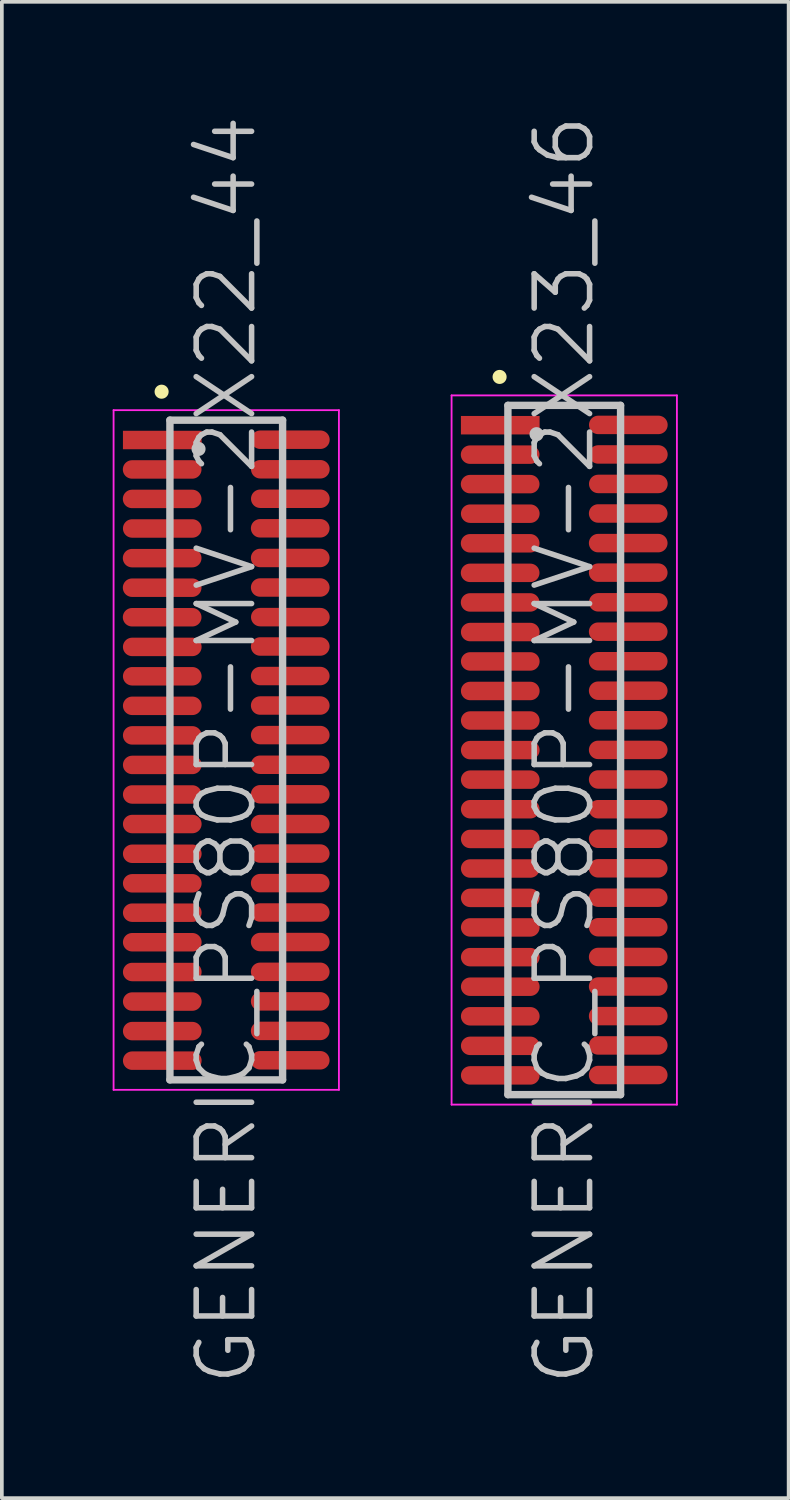
<source format=kicad_pcb>
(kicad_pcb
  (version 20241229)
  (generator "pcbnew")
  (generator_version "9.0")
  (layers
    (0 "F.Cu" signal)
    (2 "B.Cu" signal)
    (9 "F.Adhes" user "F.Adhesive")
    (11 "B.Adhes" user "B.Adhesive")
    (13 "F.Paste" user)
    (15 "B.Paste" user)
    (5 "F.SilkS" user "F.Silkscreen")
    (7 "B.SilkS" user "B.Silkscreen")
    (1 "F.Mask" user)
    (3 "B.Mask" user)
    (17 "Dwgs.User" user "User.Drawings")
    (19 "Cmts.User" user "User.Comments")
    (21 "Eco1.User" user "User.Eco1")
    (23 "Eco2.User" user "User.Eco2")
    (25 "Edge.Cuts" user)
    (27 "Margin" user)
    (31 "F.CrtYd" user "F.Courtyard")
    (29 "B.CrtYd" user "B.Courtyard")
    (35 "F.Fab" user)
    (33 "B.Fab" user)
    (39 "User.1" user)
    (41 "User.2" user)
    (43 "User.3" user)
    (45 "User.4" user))
  (footprint "GENERIC_PS80P-MV-2X23_46"
    (layer "F.Cu")
    (at 12.225 17.254)
    (property "Reference" "GENERIC_PS80P-MV-2X23_46" (at 0 0 90) (layer "Dwgs.User") (effects (font (size 1.5 1.5) (thickness 0.15))))
    (attr smd)
    (fp_line (start -1.75 -10.1) (end -1.75 -10.1) (stroke (width 0.381) (type solid)) (layer "F.SilkS"))
    (fp_line (start -1.525 -9.33) (end -1.525 9.33) (stroke (width 0.2) (type solid)) (layer "Dwgs.User"))
    (fp_line (start -1.525 -9.33) (end 1.525 -9.33) (stroke (width 0.2) (type solid)) (layer "Dwgs.User"))
    (fp_line (start -1.525 9.33) (end 1.525 9.33) (stroke (width 0.2) (type solid)) (layer "Dwgs.User"))
    (fp_line (start -0.75 -8.55) (end -0.75 -8.55) (stroke (width 0.381) (type solid)) (layer "Dwgs.User"))
    (fp_line (start 1.525 -9.33) (end 1.525 9.33) (stroke (width 0.2) (type solid)) (layer "Dwgs.User"))
    (fp_line (start -3.05 -9.6) (end -3.05 9.6) (stroke (width 0.05) (type solid)) (layer "F.CrtYd"))
    (fp_line (start -3.05 -9.6) (end 3.05 -9.6) (stroke (width 0.05) (type solid)) (layer "F.CrtYd"))
    (fp_line (start -3.05 9.6) (end 3.05 9.6) (stroke (width 0.05) (type solid)) (layer "F.CrtYd"))
    (fp_line (start 3.05 -9.6) (end 3.05 9.6) (stroke (width 0.05) (type solid)) (layer "F.CrtYd"))
    (pad "1" smd rect (at -1.732 -8.793 270) (size 0.5 2.13) (layers "F.Cu" "F.Mask" "F.Paste"))
    (pad "2" smd oval (at 1.735 -8.801 270) (size 0.5 2.13) (layers "F.Cu" "F.Mask" "F.Paste"))
    (pad "3" smd oval (at -1.735 -7.996 270) (size 0.5 2.13) (layers "F.Cu" "F.Mask" "F.Paste"))
    (pad "4" smd oval (at 1.735 -8.001 270) (size 0.5 2.13) (layers "F.Cu" "F.Mask" "F.Paste"))
    (pad "5" smd oval (at -1.735 -7.198 270) (size 0.5 2.13) (layers "F.Cu" "F.Mask" "F.Paste"))
    (pad "6" smd oval (at 1.735 -7.203 270) (size 0.5 2.13) (layers "F.Cu" "F.Mask" "F.Paste"))
    (pad "7" smd oval (at -1.732 -6.398 270) (size 0.5 2.13) (layers "F.Cu" "F.Mask" "F.Paste"))
    (pad "8" smd oval (at 1.732 -6.403 270) (size 0.5 2.13) (layers "F.Cu" "F.Mask" "F.Paste"))
    (pad "9" smd oval (at -1.735 -5.596 270) (size 0.5 2.13) (layers "F.Cu" "F.Mask" "F.Paste"))
    (pad "10" smd oval (at 1.732 -5.601 270) (size 0.5 2.13) (layers "F.Cu" "F.Mask" "F.Paste"))
    (pad "11" smd oval (at -1.735 -4.796 270) (size 0.5 2.13) (layers "F.Cu" "F.Mask" "F.Paste"))
    (pad "12" smd oval (at 1.732 -4.801 270) (size 0.5 2.13) (layers "F.Cu" "F.Mask" "F.Paste"))
    (pad "13" smd oval (at -1.735 -3.995 270) (size 0.5 2.13) (layers "F.Cu" "F.Mask" "F.Paste"))
    (pad "14" smd oval (at 1.735 -3.998 270) (size 0.5 2.13) (layers "F.Cu" "F.Mask" "F.Paste"))
    (pad "15" smd oval (at -1.732 -3.193 270) (size 0.5 2.13) (layers "F.Cu" "F.Mask" "F.Paste"))
    (pad "16" smd oval (at 1.732 -3.203 270) (size 0.5 2.13) (layers "F.Cu" "F.Mask" "F.Paste"))
    (pad "17" smd oval (at -1.732 -2.398 270) (size 0.5 2.13) (layers "F.Cu" "F.Mask" "F.Paste"))
    (pad "18" smd oval (at 1.732 -2.403 270) (size 0.5 2.13) (layers "F.Cu" "F.Mask" "F.Paste"))
    (pad "19" smd oval (at -1.732 -1.598 270) (size 0.5 2.13) (layers "F.Cu" "F.Mask" "F.Paste"))
    (pad "20" smd oval (at 1.732 -1.605 270) (size 0.5 2.13) (layers "F.Cu" "F.Mask" "F.Paste"))
    (pad "21" smd oval (at -1.732 -0.798 270) (size 0.5 2.13) (layers "F.Cu" "F.Mask" "F.Paste"))
    (pad "22" smd oval (at 1.732 -0.805 270) (size 0.5 2.13) (layers "F.Cu" "F.Mask" "F.Paste"))
    (pad "23" smd oval (at -1.732 0.003 270) (size 0.5 2.13) (layers "F.Cu" "F.Mask" "F.Paste"))
    (pad "24" smd oval (at 1.732 -0.003 270) (size 0.5 2.13) (layers "F.Cu" "F.Mask" "F.Paste"))
    (pad "25" smd oval (at -1.732 0.803 270) (size 0.5 2.13) (layers "F.Cu" "F.Mask" "F.Paste"))
    (pad "26" smd oval (at 1.732 0.798 270) (size 0.5 2.13) (layers "F.Cu" "F.Mask" "F.Paste"))
    (pad "27" smd oval (at -1.732 1.603 270) (size 0.5 2.13) (layers "F.Cu" "F.Mask" "F.Paste"))
    (pad "28" smd oval (at 1.732 1.603 270) (size 0.5 2.13) (layers "F.Cu" "F.Mask" "F.Paste"))
    (pad "29" smd oval (at -1.732 2.408 270) (size 0.5 2.13) (layers "F.Cu" "F.Mask" "F.Paste"))
    (pad "30" smd oval (at 1.732 2.403 270) (size 0.5 2.13) (layers "F.Cu" "F.Mask" "F.Paste"))
    (pad "31" smd oval (at -1.732 3.208 270) (size 0.5 2.13) (layers "F.Cu" "F.Mask" "F.Paste"))
    (pad "32" smd oval (at 1.732 3.203 270) (size 0.5 2.13) (layers "F.Cu" "F.Mask" "F.Paste"))
    (pad "33" smd oval (at -1.732 4.003 270) (size 0.5 2.13) (layers "F.Cu" "F.Mask" "F.Paste"))
    (pad "34" smd oval (at 1.732 3.998 270) (size 0.5 2.13) (layers "F.Cu" "F.Mask" "F.Paste"))
    (pad "35" smd oval (at -1.732 4.803 270) (size 0.5 2.13) (layers "F.Cu" "F.Mask" "F.Paste"))
    (pad "36" smd oval (at 1.732 4.798 270) (size 0.5 2.13) (layers "F.Cu" "F.Mask" "F.Paste"))
    (pad "37" smd oval (at -1.732 5.608 270) (size 0.5 2.13) (layers "F.Cu" "F.Mask" "F.Paste"))
    (pad "38" smd oval (at 1.732 5.603 270) (size 0.5 2.13) (layers "F.Cu" "F.Mask" "F.Paste"))
    (pad "39" smd oval (at -1.732 6.408 270) (size 0.5 2.13) (layers "F.Cu" "F.Mask" "F.Paste"))
    (pad "40" smd oval (at 1.732 6.403 270) (size 0.5 2.13) (layers "F.Cu" "F.Mask" "F.Paste"))
    (pad "41" smd oval (at -1.732 7.209 270) (size 0.5 2.13) (layers "F.Cu" "F.Mask" "F.Paste"))
    (pad "42" smd oval (at 1.732 7.203 270) (size 0.5 2.13) (layers "F.Cu" "F.Mask" "F.Paste"))
    (pad "43" smd oval (at -1.732 8.009 270) (size 0.5 2.13) (layers "F.Cu" "F.Mask" "F.Paste"))
    (pad "44" smd oval (at 1.732 7.998 270) (size 0.5 2.13) (layers "F.Cu" "F.Mask" "F.Paste"))
    (pad "45" smd oval (at -1.732 8.809 270) (size 0.5 2.13) (layers "F.Cu" "F.Mask" "F.Paste"))
    (pad "46" smd oval (at 1.732 8.799 270) (size 0.5 2.13) (layers "F.Cu" "F.Mask" "F.Paste")))
  (footprint "GENERIC_PS80P-MV-2X22_44"
    (layer "F.Cu")
    (at 3.075 17.254)
    (property "Reference" "GENERIC_PS80P-MV-2X22_44" (at 0 0 90) (layer "Dwgs.User") (effects (font (size 1.5 1.5) (thickness 0.15))))
    (attr smd)
    (fp_line (start -1.75 -9.7) (end -1.75 -9.7) (stroke (width 0.381) (type solid)) (layer "F.SilkS"))
    (fp_line (start -1.525 -8.93) (end -1.525 8.93) (stroke (width 0.2) (type solid)) (layer "Dwgs.User"))
    (fp_line (start -1.525 -8.93) (end 1.525 -8.93) (stroke (width 0.2) (type solid)) (layer "Dwgs.User"))
    (fp_line (start -1.525 8.93) (end 1.525 8.93) (stroke (width 0.2) (type solid)) (layer "Dwgs.User"))
    (fp_line (start -0.75 -8.15) (end -0.75 -8.15) (stroke (width 0.381) (type solid)) (layer "Dwgs.User"))
    (fp_line (start 1.525 -8.93) (end 1.525 8.93) (stroke (width 0.2) (type solid)) (layer "Dwgs.User"))
    (fp_line (start -3.05 -9.2) (end -3.05 9.2) (stroke (width 0.05) (type solid)) (layer "F.CrtYd"))
    (fp_line (start -3.05 -9.2) (end 3.05 -9.2) (stroke (width 0.05) (type solid)) (layer "F.CrtYd"))
    (fp_line (start -3.05 9.2) (end 3.05 9.2) (stroke (width 0.05) (type solid)) (layer "F.CrtYd"))
    (fp_line (start 3.05 -9.2) (end 3.05 9.2) (stroke (width 0.05) (type solid)) (layer "F.CrtYd"))
    (pad "1" smd rect (at -1.732 -8.392 270) (size 0.5 2.13) (layers "F.Cu" "F.Mask" "F.Paste"))
    (pad "2" smd oval (at 1.735 -8.4 270) (size 0.5 2.13) (layers "F.Cu" "F.Mask" "F.Paste"))
    (pad "3" smd oval (at -1.735 -7.595 270) (size 0.5 2.13) (layers "F.Cu" "F.Mask" "F.Paste"))
    (pad "4" smd oval (at 1.735 -7.6 270) (size 0.5 2.13) (layers "F.Cu" "F.Mask" "F.Paste"))
    (pad "5" smd oval (at -1.735 -6.797 270) (size 0.5 2.13) (layers "F.Cu" "F.Mask" "F.Paste"))
    (pad "6" smd oval (at 1.735 -6.802 270) (size 0.5 2.13) (layers "F.Cu" "F.Mask" "F.Paste"))
    (pad "7" smd oval (at -1.732 -5.997 270) (size 0.5 2.13) (layers "F.Cu" "F.Mask" "F.Paste"))
    (pad "8" smd oval (at 1.732 -6.002 270) (size 0.5 2.13) (layers "F.Cu" "F.Mask" "F.Paste"))
    (pad "9" smd oval (at -1.735 -5.194 270) (size 0.5 2.13) (layers "F.Cu" "F.Mask" "F.Paste"))
    (pad "10" smd oval (at 1.732 -5.199 270) (size 0.5 2.13) (layers "F.Cu" "F.Mask" "F.Paste"))
    (pad "11" smd oval (at -1.735 -4.394 270) (size 0.5 2.13) (layers "F.Cu" "F.Mask" "F.Paste"))
    (pad "12" smd oval (at 1.732 -4.399 270) (size 0.5 2.13) (layers "F.Cu" "F.Mask" "F.Paste"))
    (pad "13" smd oval (at -1.735 -3.594 270) (size 0.5 2.13) (layers "F.Cu" "F.Mask" "F.Paste"))
    (pad "14" smd oval (at 1.735 -3.597 270) (size 0.5 2.13) (layers "F.Cu" "F.Mask" "F.Paste"))
    (pad "15" smd oval (at -1.732 -2.791 270) (size 0.5 2.13) (layers "F.Cu" "F.Mask" "F.Paste"))
    (pad "16" smd oval (at 1.732 -2.802 270) (size 0.5 2.13) (layers "F.Cu" "F.Mask" "F.Paste"))
    (pad "17" smd oval (at -1.732 -1.996 270) (size 0.5 2.13) (layers "F.Cu" "F.Mask" "F.Paste"))
    (pad "18" smd oval (at 1.732 -2.002 270) (size 0.5 2.13) (layers "F.Cu" "F.Mask" "F.Paste"))
    (pad "19" smd oval (at -1.732 -1.196 270) (size 0.5 2.13) (layers "F.Cu" "F.Mask" "F.Paste"))
    (pad "20" smd oval (at 1.732 -1.204 270) (size 0.5 2.13) (layers "F.Cu" "F.Mask" "F.Paste"))
    (pad "21" smd oval (at -1.732 -0.396 270) (size 0.5 2.13) (layers "F.Cu" "F.Mask" "F.Paste"))
    (pad "22" smd oval (at 1.732 -0.404 270) (size 0.5 2.13) (layers "F.Cu" "F.Mask" "F.Paste"))
    (pad "23" smd oval (at -1.732 0.404 270) (size 0.5 2.13) (layers "F.Cu" "F.Mask" "F.Paste"))
    (pad "24" smd oval (at 1.732 0.399 270) (size 0.5 2.13) (layers "F.Cu" "F.Mask" "F.Paste"))
    (pad "25" smd oval (at -1.732 1.204 270) (size 0.5 2.13) (layers "F.Cu" "F.Mask" "F.Paste"))
    (pad "26" smd oval (at 1.732 1.199 270) (size 0.5 2.13) (layers "F.Cu" "F.Mask" "F.Paste"))
    (pad "27" smd oval (at -1.732 2.004 270) (size 0.5 2.13) (layers "F.Cu" "F.Mask" "F.Paste"))
    (pad "28" smd oval (at 1.732 2.004 270) (size 0.5 2.13) (layers "F.Cu" "F.Mask" "F.Paste"))
    (pad "29" smd oval (at -1.732 2.809 270) (size 0.5 2.13) (layers "F.Cu" "F.Mask" "F.Paste"))
    (pad "30" smd oval (at 1.732 2.804 270) (size 0.5 2.13) (layers "F.Cu" "F.Mask" "F.Paste"))
    (pad "31" smd oval (at -1.732 3.609 270) (size 0.5 2.13) (layers "F.Cu" "F.Mask" "F.Paste"))
    (pad "32" smd oval (at 1.732 3.604 270) (size 0.5 2.13) (layers "F.Cu" "F.Mask" "F.Paste"))
    (pad "33" smd oval (at -1.732 4.404 270) (size 0.5 2.13) (layers "F.Cu" "F.Mask" "F.Paste"))
    (pad "34" smd oval (at 1.732 4.399 270) (size 0.5 2.13) (layers "F.Cu" "F.Mask" "F.Paste"))
    (pad "35" smd oval (at -1.732 5.204 270) (size 0.5 2.13) (layers "F.Cu" "F.Mask" "F.Paste"))
    (pad "36" smd oval (at 1.732 5.199 270) (size 0.5 2.13) (layers "F.Cu" "F.Mask" "F.Paste"))
    (pad "37" smd oval (at -1.732 6.01 270) (size 0.5 2.13) (layers "F.Cu" "F.Mask" "F.Paste"))
    (pad "38" smd oval (at 1.732 6.005 270) (size 0.5 2.13) (layers "F.Cu" "F.Mask" "F.Paste"))
    (pad "39" smd oval (at -1.732 6.81 270) (size 0.5 2.13) (layers "F.Cu" "F.Mask" "F.Paste"))
    (pad "40" smd oval (at 1.732 6.805 270) (size 0.5 2.13) (layers "F.Cu" "F.Mask" "F.Paste"))
    (pad "41" smd oval (at -1.732 7.61 270) (size 0.5 2.13) (layers "F.Cu" "F.Mask" "F.Paste"))
    (pad "42" smd oval (at 1.732 7.605 270) (size 0.5 2.13) (layers "F.Cu" "F.Mask" "F.Paste"))
    (pad "43" smd oval (at -1.732 8.41 270) (size 0.5 2.13) (layers "F.Cu" "F.Mask" "F.Paste"))
    (pad "44" smd oval (at 1.732 8.4 270) (size 0.5 2.13) (layers "F.Cu" "F.Mask" "F.Paste")))
  (gr_rect
    (start -3 -3)
    (end 18.3 37.507)
    (stroke (width 0.1) (type default))
    (fill no)
    (layer "Edge.Cuts")))
</source>
